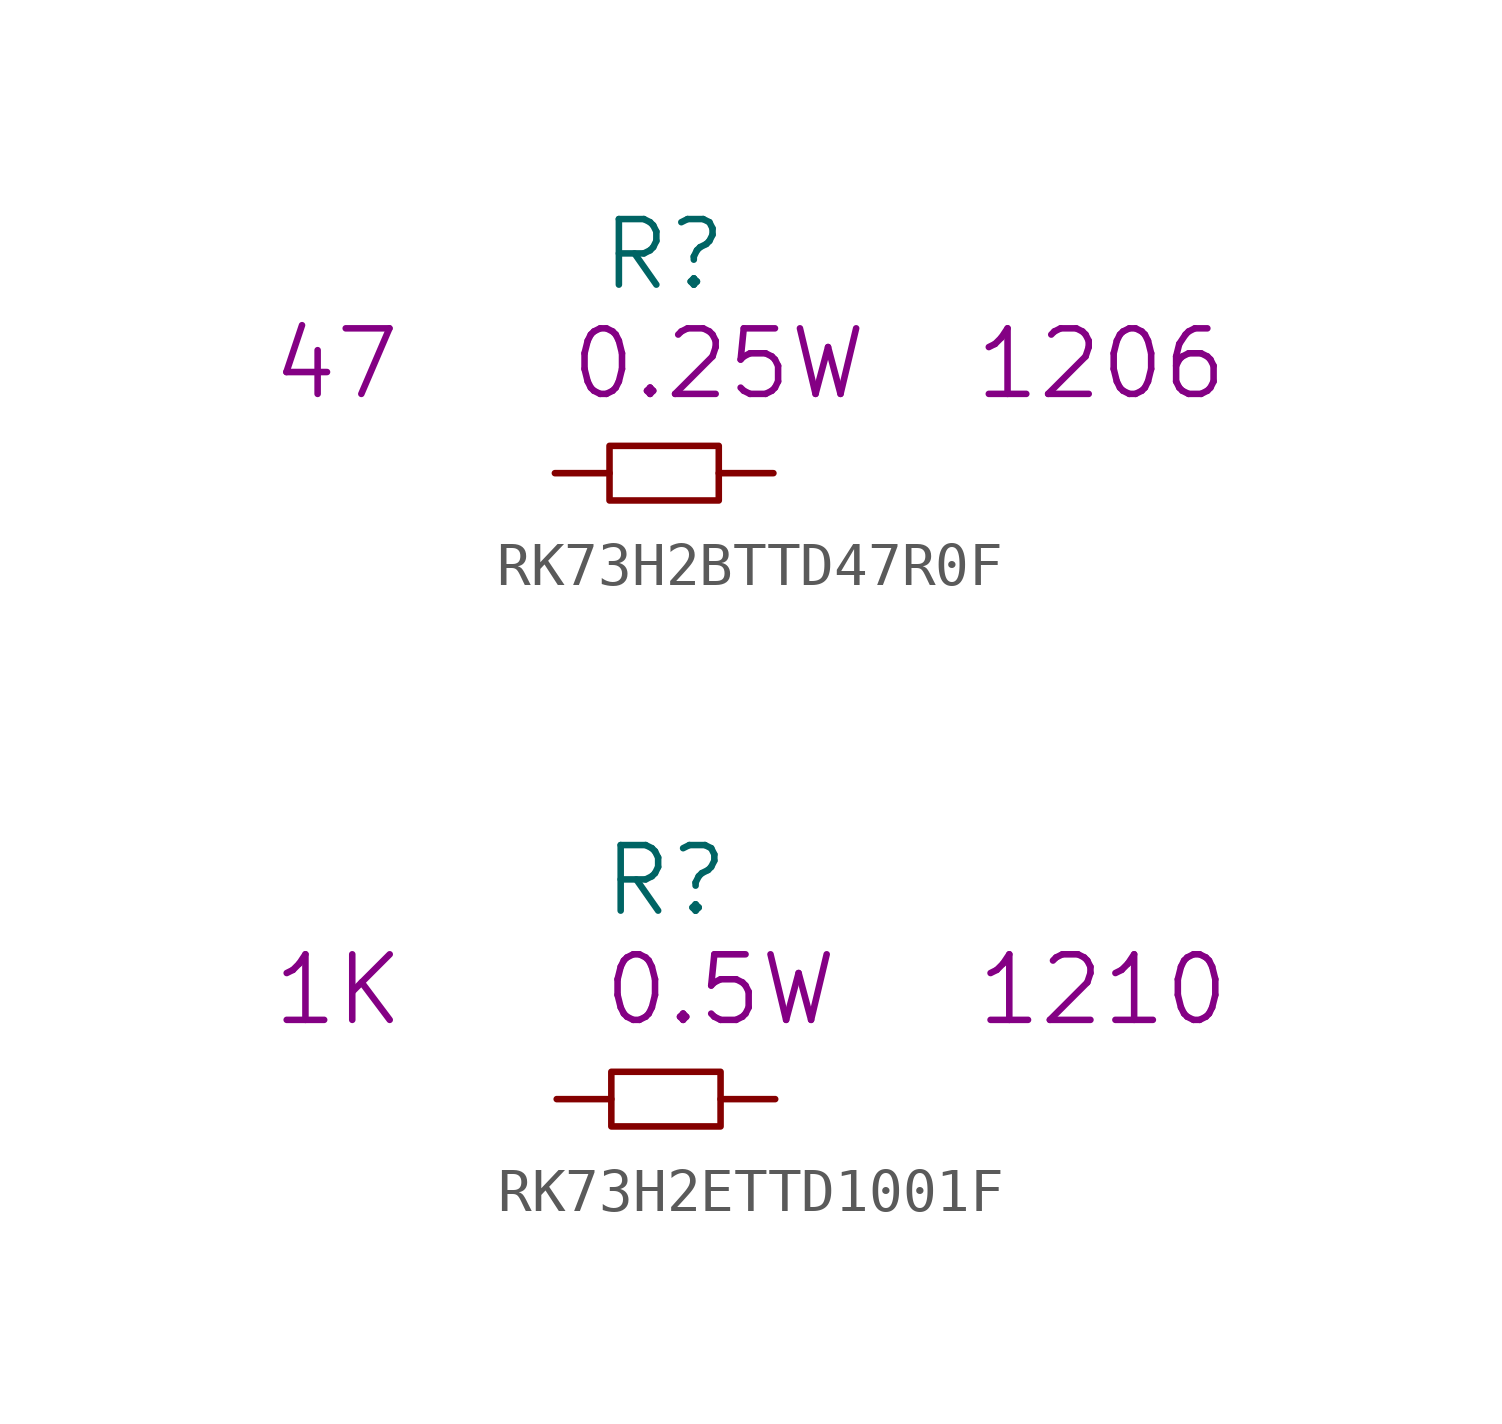
<source format=kicad_sym>
(kicad_symbol_lib
  (version 20220914)
  (generator kicad_symbol_editor)
  (symbol "RK73H2BTTD47R0F"
    (pin_numbers hide)
    (pin_names
      (offset 1.016) hide)
    (property "Reference" "R"
      (at 0 5.08 0)
      (effects (font (size 1.524 1.524))))
    (property "Datasheet" ""
      (at 0 5.08 0)
      (effects (font (size 1.524 1.524))))
    (property "Value2" "47"
      (at -7.62 2.54 0)
      (effects (font (size 1.524 1.524))))
    (property "Size" "1206"
      (at 10.16 2.54 0)
      (effects (font (size 1.524 1.524))))
    (property "Rating" "0.25W"
      (at 1.27 2.54 0)
      (effects (font (size 1.524 1.524))))
    (symbol "RK73H2BTTD47R0F_0_1"
      (rectangle (start -1.27 0.635) (end 1.27 -0.635) (stroke (width 0) (type solid)) (fill (type none))))
    (symbol "RK73H2BTTD47R0F_1_1"
      (pin passive line (at -2.54 0 0) (length 1.27) (name "1" (effects (font (size 1.27 1.27)))) (number "1" (effects (font (size 1.27 1.27)))))
      (pin passive line (at 2.54 0 180) (length 1.27) (name "2" (effects (font (size 1.27 1.27)))) (number "2" (effects (font (size 1.27 1.27)))))))
  (symbol "RK73H2ETTD1001F"
    (pin_numbers hide)
    (pin_names
      (offset 1.016) hide)
    (property "Reference" "R"
      (at 0 5.08 0)
      (effects (font (size 1.524 1.524))))
    (property "Datasheet" ""
      (at 0 5.08 0)
      (effects (font (size 1.524 1.524))))
    (property "Value2" "1K"
      (at -7.62 2.54 0)
      (effects (font (size 1.524 1.524))))
    (property "Size" "1210"
      (at 10.16 2.54 0)
      (effects (font (size 1.524 1.524))))
    (property "Rating" "0.5W"
      (at 1.27 2.54 0)
      (effects (font (size 1.524 1.524))))
    (symbol "RK73H2ETTD1001F_0_1"
      (rectangle (start -1.27 0.635) (end 1.27 -0.635) (stroke (width 0) (type solid)) (fill (type none))))
    (symbol "RK73H2ETTD1001F_1_1"
      (pin passive line (at -2.54 0 0) (length 1.27) (name "1" (effects (font (size 1.27 1.27)))) (number "1" (effects (font (size 1.27 1.27)))))
      (pin passive line (at 2.54 0 180) (length 1.27) (name "2" (effects (font (size 1.27 1.27)))) (number "2" (effects (font (size 1.27 1.27))))))))
</source>
